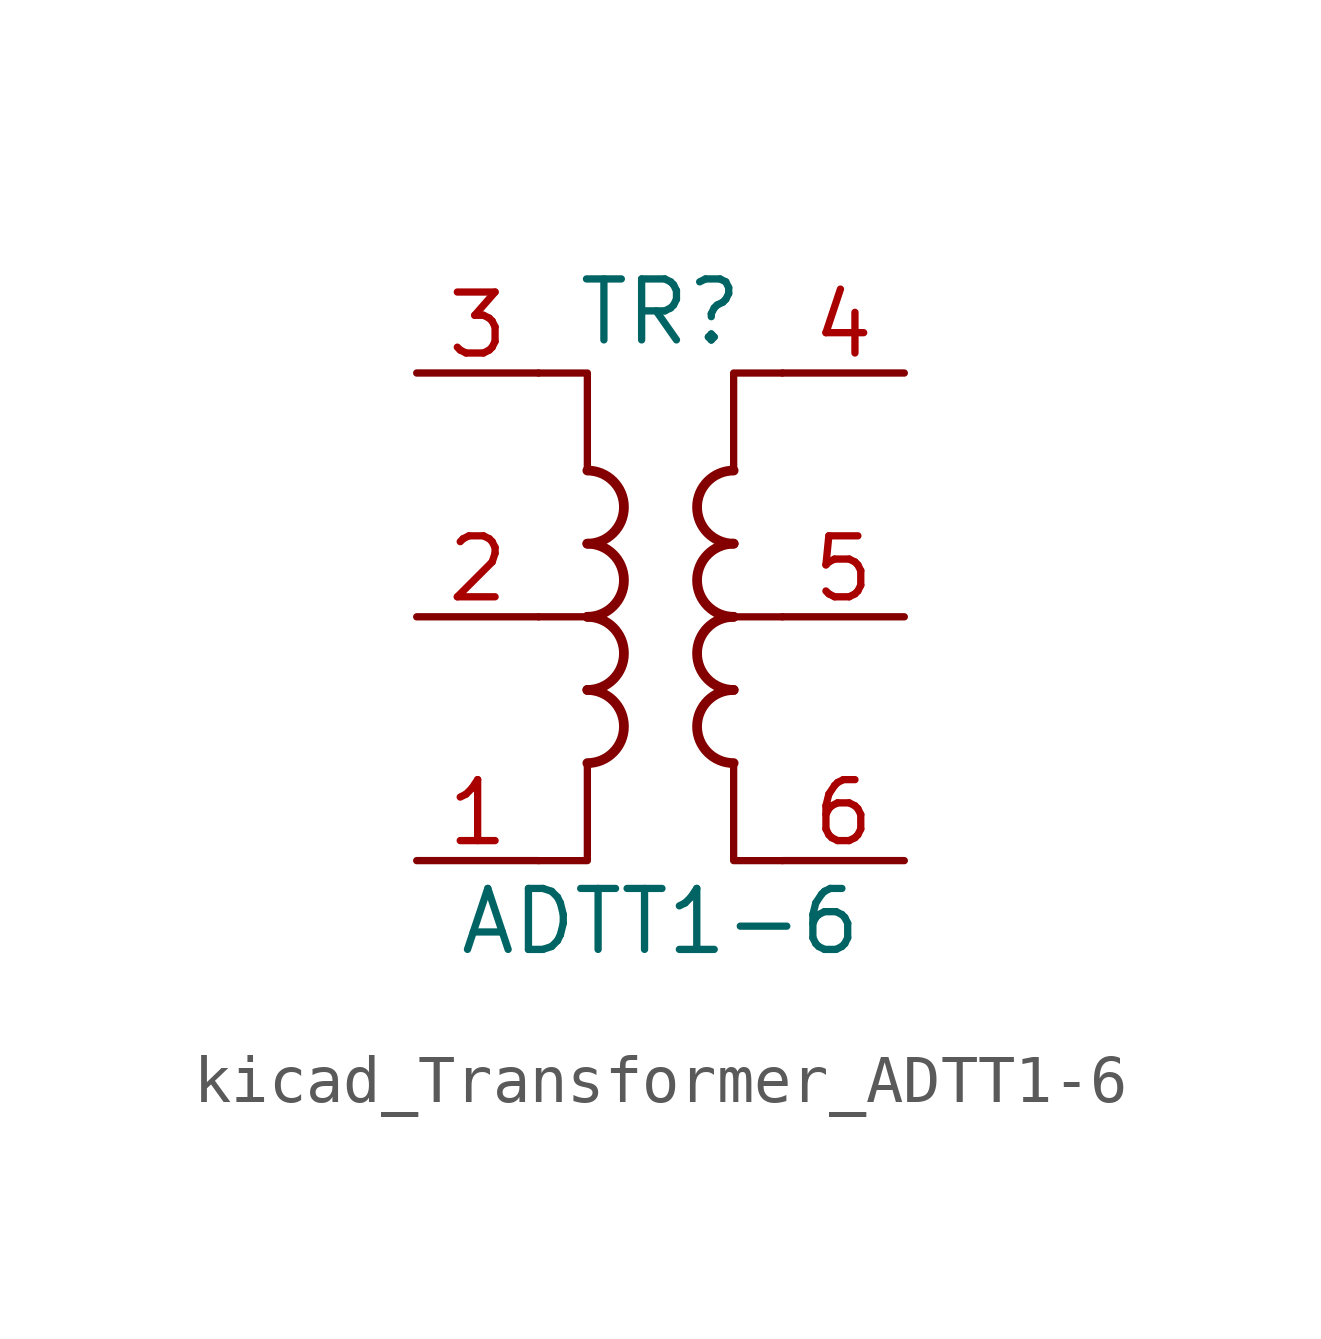
<source format=kicad_sym>
(kicad_symbol_lib
  (version 20220914)
  (generator kicad_symbol_editor)
  (symbol "kicad_Transformer_ADTT1-6"
    (pin_names hide)
    (property "Reference" "TR"
      (at 0 6.35 0)
      (effects (font (size 1.27 1.27))))
    (property "Value" "ADTT1-6"
      (at 0 -6.35 0)
      (effects (font (size 1.27 1.27))))
    (symbol "kicad_Transformer_ADTT1-6_0_1"
      (arc (start -1.524 -3.048) (mid -0.7653 -2.286) (end -1.524 -1.524) (stroke (width 0.2032) (type default)) (fill (type none)))
      (arc (start -1.524 -1.524) (mid -0.7653 -0.762) (end -1.524 0) (stroke (width 0.2032) (type default)) (fill (type none)))
      (arc (start -1.524 0) (mid -0.7653 0.762) (end -1.524 1.524) (stroke (width 0.2032) (type default)) (fill (type none)))
      (arc (start -1.524 1.524) (mid -0.7653 2.286) (end -1.524 3.048) (stroke (width 0.2032) (type default)) (fill (type none)))
      (polyline (pts (xy -2.54 0) (xy -1.27 0)) (stroke (width 0) (type default)) (fill (type none)))
      (polyline (pts (xy 2.54 0) (xy 1.27 0)) (stroke (width 0.152) (type default)) (fill (type none)))
      (polyline (pts (xy -2.54 5.08) (xy -1.524 5.08) (xy -1.524 3.048)) (stroke (width 0.152) (type default)) (fill (type none)))
      (polyline (pts (xy -1.524 -3.048) (xy -1.524 -5.08) (xy -2.54 -5.08)) (stroke (width 0.152) (type default)) (fill (type none)))
      (polyline (pts (xy 1.524 3.048) (xy 1.524 5.08) (xy 2.54 5.08)) (stroke (width 0.152) (type default)) (fill (type none)))
      (polyline (pts (xy 2.54 -5.08) (xy 1.524 -5.08) (xy 1.524 -3.048)) (stroke (width 0.152) (type default)) (fill (type none)))
      (arc (start 1.524 -1.524) (mid 0.7653 -2.286) (end 1.524 -3.048) (stroke (width 0.2032) (type default)) (fill (type none)))
      (arc (start 1.524 0) (mid 0.7653 -0.762) (end 1.524 -1.524) (stroke (width 0.2032) (type default)) (fill (type none)))
      (arc (start 1.524 1.524) (mid 0.7653 0.762) (end 1.524 0) (stroke (width 0.2032) (type default)) (fill (type none)))
      (arc (start 1.524 3.048) (mid 0.7653 2.286) (end 1.524 1.524) (stroke (width 0.2032) (type default)) (fill (type none))))
    (symbol "kicad_Transformer_ADTT1-6_1_1"
      (pin passive line (at -5.08 -5.08 0) (length 2.54) (name "~" (effects (font (size 1.27 1.27)))) (number "1" (effects (font (size 1.27 1.27)))))
      (pin passive line (at -5.08 0 0) (length 2.54) (name "~" (effects (font (size 1.27 1.27)))) (number "2" (effects (font (size 1.27 1.27)))))
      (pin passive line (at -5.08 5.08 0) (length 2.54) (name "~" (effects (font (size 1.27 1.27)))) (number "3" (effects (font (size 1.27 1.27)))))
      (pin passive line (at 5.08 5.08 180) (length 2.54) (name "~" (effects (font (size 1.27 1.27)))) (number "4" (effects (font (size 1.27 1.27)))))
      (pin passive line (at 5.08 0 180) (length 2.54) (name "~" (effects (font (size 1.27 1.27)))) (number "5" (effects (font (size 1.27 1.27)))))
      (pin passive line (at 5.08 -5.08 180) (length 2.54) (name "~" (effects (font (size 1.27 1.27)))) (number "6" (effects (font (size 1.27 1.27))))))))
</source>
